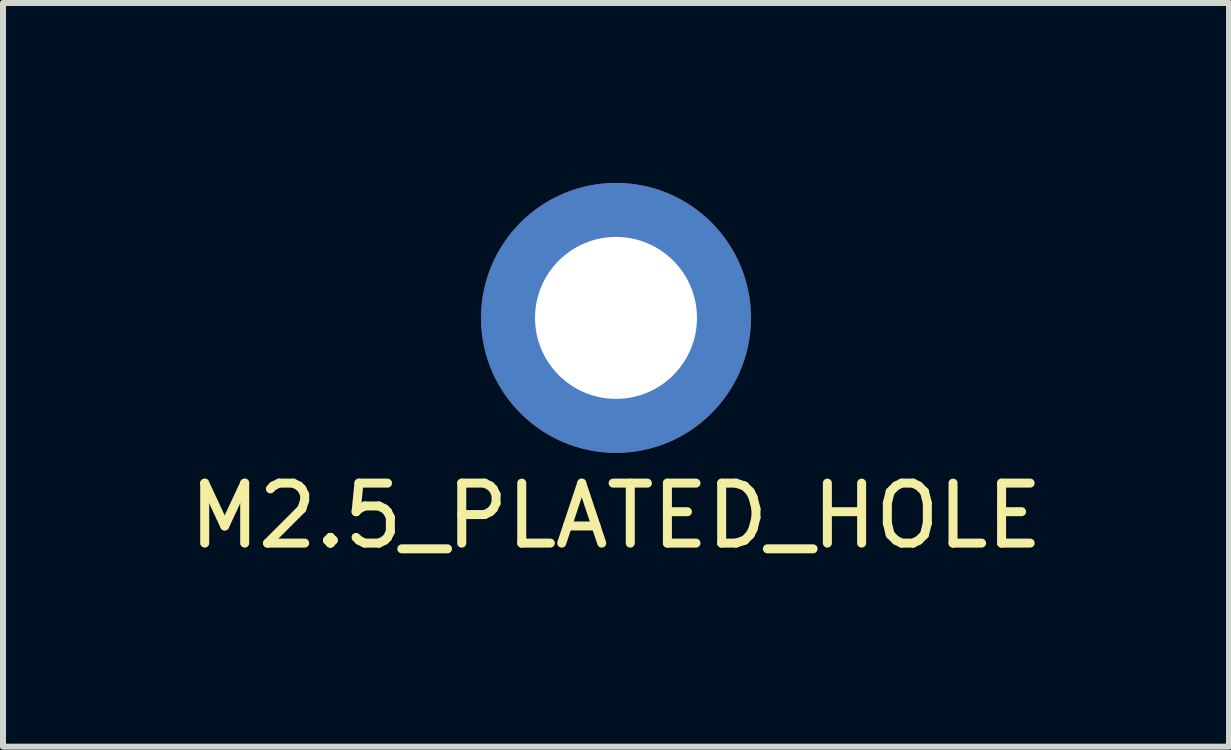
<source format=kicad_pcb>
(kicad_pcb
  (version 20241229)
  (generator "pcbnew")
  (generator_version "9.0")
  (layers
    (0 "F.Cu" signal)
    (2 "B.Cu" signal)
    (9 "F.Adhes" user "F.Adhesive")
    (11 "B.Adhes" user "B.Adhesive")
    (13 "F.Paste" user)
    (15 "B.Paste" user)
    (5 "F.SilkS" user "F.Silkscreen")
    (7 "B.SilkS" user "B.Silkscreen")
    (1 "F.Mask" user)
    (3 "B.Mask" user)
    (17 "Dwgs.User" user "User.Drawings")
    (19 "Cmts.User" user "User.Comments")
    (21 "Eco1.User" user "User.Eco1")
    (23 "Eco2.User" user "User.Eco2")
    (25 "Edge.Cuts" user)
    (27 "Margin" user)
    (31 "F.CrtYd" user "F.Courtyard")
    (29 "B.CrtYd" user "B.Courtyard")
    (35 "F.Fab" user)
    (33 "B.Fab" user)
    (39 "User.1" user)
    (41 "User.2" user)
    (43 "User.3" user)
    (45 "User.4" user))
  (footprint "M2.5_PLATED_HOLE"
    (layer "F.Cu")
    (at 7.22 2.25)
    (property "Reference" "M2.5_PLATED_HOLE" (at 0 3.3 0) (layer "F.SilkS") (effects (font (size 1 1) (thickness 0.15))))
    (attr through_hole)
    (pad "1" thru_hole circle (at 0 0) (size 4.5 4.5) (drill 2.7) (layers "*.Cu" "*.Mask")))
  (gr_rect
    (start -3 -3)
    (end 17.44 9.398)
    (stroke (width 0.1) (type default))
    (fill no)
    (layer "Edge.Cuts")))
</source>
